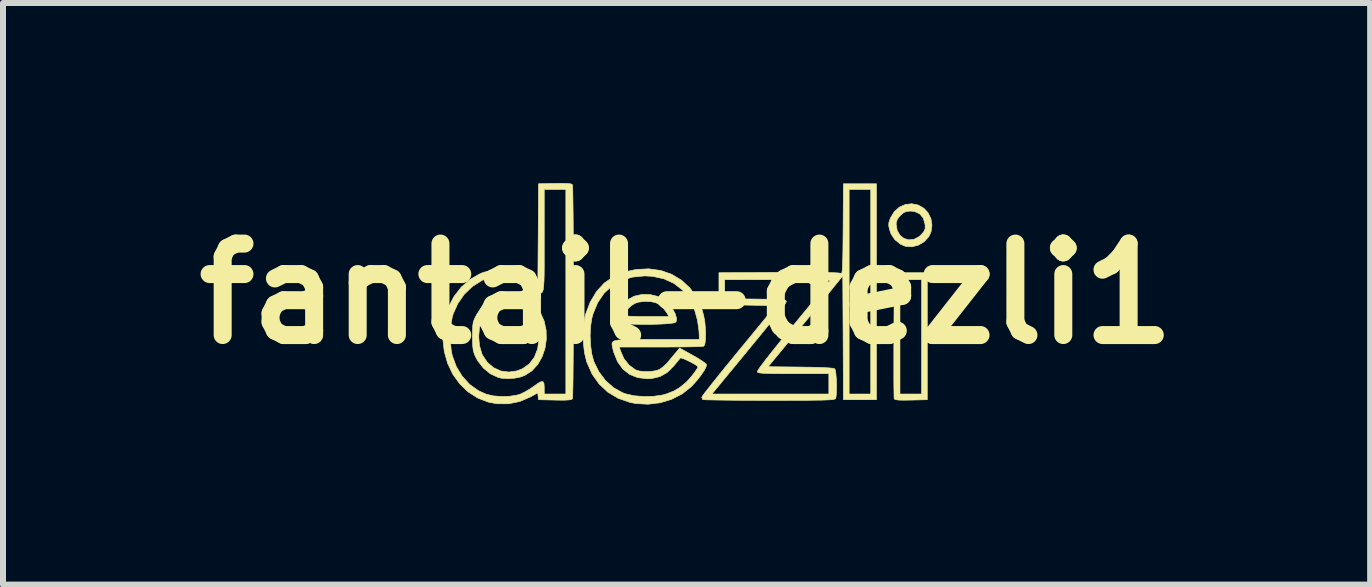
<source format=kicad_pcb>
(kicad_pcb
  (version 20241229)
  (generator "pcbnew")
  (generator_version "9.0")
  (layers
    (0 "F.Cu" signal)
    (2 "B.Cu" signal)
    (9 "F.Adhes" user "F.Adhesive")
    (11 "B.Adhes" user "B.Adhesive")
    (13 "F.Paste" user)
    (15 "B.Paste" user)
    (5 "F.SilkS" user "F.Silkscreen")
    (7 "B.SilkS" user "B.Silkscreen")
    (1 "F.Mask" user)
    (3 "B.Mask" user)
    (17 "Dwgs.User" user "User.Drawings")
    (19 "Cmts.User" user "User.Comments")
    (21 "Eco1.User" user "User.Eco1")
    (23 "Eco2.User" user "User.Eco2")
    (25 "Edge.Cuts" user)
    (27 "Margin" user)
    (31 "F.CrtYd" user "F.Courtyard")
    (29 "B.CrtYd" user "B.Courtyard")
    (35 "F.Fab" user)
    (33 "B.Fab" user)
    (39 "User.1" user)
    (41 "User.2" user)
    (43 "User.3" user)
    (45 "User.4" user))
  (footprint "fantail-dezli1"
    (layer "F.Cu")
    (at 8.389 1.843)
    (property "Reference" "fantail-dezli1" (at 0 0 0) (layer "F.SilkS") (effects (font (size 1.524 1.524) (thickness 0.3))))
    (attr through_hole)
    (fp_poly (pts (xy 4.011 1.767) (xy 3.741 1.773) (xy 3.622 1.775) (xy 3.539 1.773) (xy 3.488 1.767) (xy 3.464 1.757) (xy 3.46 1.752) (xy 3.458 1.726) (xy 3.457 1.662) (xy 3.455 1.564) (xy 3.454 1.436) (xy 3.454 1.283) (xy 3.454 1.108) (xy 3.454 0.916) (xy 3.455 0.711) (xy 3.455 0.688) (xy 3.46 -0.233) (xy 3.556 -0.233) (xy 3.556 1.672) (xy 3.916 1.672) (xy 3.916 -0.233) (xy 3.556 -0.233) (xy 3.46 -0.233) (xy 3.461 -0.349) (xy 4.011 -0.349) (xy 4.011 1.767)) (stroke (width 0.01) (type solid)) (fill yes) (layer "F.SilkS"))
    (fp_poly (pts (xy 3.857 -1.478) (xy 3.954 -1.423) (xy 4.023 -1.349) (xy 4.072 -1.25) (xy 4.089 -1.14) (xy 4.074 -1.031) (xy 4.037 -0.951) (xy 3.957 -0.864) (xy 3.86 -0.807) (xy 3.753 -0.781) (xy 3.647 -0.789) (xy 3.567 -0.823) (xy 3.47 -0.9) (xy 3.408 -0.994) (xy 3.384 -1.063) (xy 3.369 -1.13) (xy 3.37 -1.155) (xy 3.493 -1.155) (xy 3.51 -1.052) (xy 3.556 -0.973) (xy 3.623 -0.92) (xy 3.704 -0.897) (xy 3.791 -0.906) (xy 3.876 -0.951) (xy 3.913 -0.986) (xy 3.956 -1.037) (xy 3.975 -1.08) (xy 3.976 -1.134) (xy 3.973 -1.161) (xy 3.944 -1.26) (xy 3.885 -1.33) (xy 3.799 -1.369) (xy 3.733 -1.376) (xy 3.666 -1.37) (xy 3.615 -1.348) (xy 3.564 -1.304) (xy 3.515 -1.245) (xy 3.495 -1.189) (xy 3.493 -1.155) (xy 3.37 -1.155) (xy 3.371 -1.182) (xy 3.391 -1.243) (xy 3.398 -1.262) (xy 3.462 -1.367) (xy 3.547 -1.442) (xy 3.646 -1.486) (xy 3.752 -1.498) (xy 3.857 -1.478)) (stroke (width 0.01) (type solid)) (fill yes) (layer "F.SilkS"))
    (fp_poly (pts (xy -0.607 0.015) (xy -0.478 0.046) (xy -0.363 0.107) (xy -0.27 0.195) (xy -0.247 0.228) (xy -0.19 0.332) (xy -0.166 0.41) (xy -0.173 0.464) (xy -0.183 0.476) (xy -0.215 0.488) (xy -0.282 0.497) (xy -0.376 0.504) (xy -0.489 0.509) (xy -0.614 0.512) (xy -0.743 0.512) (xy -0.868 0.509) (xy -0.983 0.505) (xy -1.079 0.498) (xy -1.148 0.488) (xy -1.185 0.477) (xy -1.186 0.475) (xy -1.201 0.426) (xy -1.188 0.361) (xy -1.058 0.361) (xy -1.038 0.368) (xy -0.979 0.374) (xy -0.887 0.378) (xy -0.765 0.381) (xy -0.677 0.381) (xy -0.295 0.381) (xy -0.326 0.323) (xy -0.391 0.234) (xy -0.477 0.167) (xy -0.515 0.15) (xy -0.601 0.131) (xy -0.703 0.129) (xy -0.802 0.142) (xy -0.859 0.161) (xy -0.911 0.194) (xy -0.967 0.242) (xy -1.017 0.293) (xy -1.051 0.339) (xy -1.058 0.361) (xy -1.188 0.361) (xy -1.188 0.359) (xy -1.151 0.282) (xy -1.094 0.203) (xy -1.023 0.131) (xy -0.991 0.105) (xy -0.872 0.042) (xy -0.741 0.013) (xy -0.607 0.015)) (stroke (width 0.01) (type solid)) (fill yes) (layer "F.SilkS"))
    (fp_poly (pts (xy -2.794 0.034) (xy -2.654 0.091) (xy -2.533 0.187) (xy -2.526 0.194) (xy -2.434 0.318) (xy -2.372 0.458) (xy -2.34 0.608) (xy -2.336 0.761) (xy -2.358 0.911) (xy -2.407 1.053) (xy -2.479 1.179) (xy -2.575 1.284) (xy -2.693 1.361) (xy -2.765 1.388) (xy -2.865 1.408) (xy -2.977 1.416) (xy -3.08 1.409) (xy -3.133 1.398) (xy -3.266 1.337) (xy -3.385 1.24) (xy -3.481 1.116) (xy -3.518 1.048) (xy -3.54 0.992) (xy -3.555 0.937) (xy -3.563 0.869) (xy -3.566 0.777) (xy -3.567 0.713) (xy -3.463 0.713) (xy -3.45 0.865) (xy -3.41 1.001) (xy -3.4 1.023) (xy -3.32 1.144) (xy -3.216 1.233) (xy -3.095 1.288) (xy -2.963 1.306) (xy -2.826 1.287) (xy -2.731 1.249) (xy -2.619 1.169) (xy -2.536 1.06) (xy -2.482 0.923) (xy -2.458 0.763) (xy -2.458 0.68) (xy -2.482 0.517) (xy -2.535 0.378) (xy -2.614 0.267) (xy -2.719 0.187) (xy -2.845 0.141) (xy -2.906 0.132) (xy -3.055 0.138) (xy -3.186 0.183) (xy -3.297 0.263) (xy -3.384 0.377) (xy -3.409 0.428) (xy -3.45 0.563) (xy -3.463 0.713) (xy -3.567 0.713) (xy -3.567 0.709) (xy -3.566 0.605) (xy -3.562 0.532) (xy -3.554 0.477) (xy -3.537 0.428) (xy -3.511 0.375) (xy -3.494 0.343) (xy -3.401 0.205) (xy -3.289 0.106) (xy -3.157 0.043) (xy -3.003 0.016) (xy -2.953 0.014) (xy -2.794 0.034)) (stroke (width 0.01) (type solid)) (fill yes) (layer "F.SilkS"))
    (fp_poly (pts (xy -1.986 -1.836) (xy -1.932 -1.83) (xy -1.906 -1.82) (xy -1.902 -1.816) (xy -1.899 -1.79) (xy -1.896 -1.727) (xy -1.894 -1.628) (xy -1.892 -1.499) (xy -1.89 -1.342) (xy -1.888 -1.163) (xy -1.887 -0.963) (xy -1.886 -0.749) (xy -1.885 -0.522) (xy -1.885 -0.288) (xy -1.885 -0.05) (xy -1.885 0.189) (xy -1.885 0.424) (xy -1.886 0.652) (xy -1.887 0.869) (xy -1.888 1.07) (xy -1.89 1.253) (xy -1.891 1.413) (xy -1.893 1.547) (xy -1.896 1.65) (xy -1.898 1.72) (xy -1.901 1.751) (xy -1.902 1.752) (xy -1.921 1.764) (xy -1.965 1.771) (xy -2.04 1.775) (xy -2.149 1.774) (xy -2.192 1.773) (xy -2.466 1.767) (xy -2.473 1.71) (xy -2.479 1.652) (xy -2.594 1.717) (xy -2.776 1.796) (xy -2.967 1.835) (xy -3.161 1.834) (xy -3.3 1.808) (xy -3.481 1.738) (xy -3.642 1.635) (xy -3.78 1.501) (xy -3.894 1.343) (xy -3.98 1.163) (xy -4.036 0.967) (xy -4.06 0.759) (xy -4.056 0.653) (xy -3.935 0.653) (xy -3.934 0.802) (xy -3.921 0.94) (xy -3.905 1.026) (xy -3.837 1.213) (xy -3.738 1.376) (xy -3.613 1.513) (xy -3.465 1.618) (xy -3.338 1.675) (xy -3.22 1.703) (xy -3.083 1.714) (xy -2.944 1.709) (xy -2.82 1.689) (xy -2.772 1.674) (xy -2.695 1.638) (xy -2.608 1.587) (xy -2.55 1.547) (xy -2.472 1.491) (xy -2.42 1.465) (xy -2.389 1.469) (xy -2.374 1.503) (xy -2.371 1.566) (xy -2.371 1.672) (xy -2.011 1.672) (xy -2.011 -1.736) (xy -2.371 -1.736) (xy -2.371 -0.881) (xy -2.371 -0.657) (xy -2.371 -0.472) (xy -2.372 -0.324) (xy -2.375 -0.208) (xy -2.381 -0.123) (xy -2.389 -0.063) (xy -2.401 -0.028) (xy -2.417 -0.012) (xy -2.438 -0.014) (xy -2.465 -0.03) (xy -2.497 -0.057) (xy -2.534 -0.089) (xy -2.613 -0.149) (xy -2.703 -0.205) (xy -2.752 -0.231) (xy -2.816 -0.258) (xy -2.876 -0.275) (xy -2.946 -0.283) (xy -3.042 -0.286) (xy -3.069 -0.286) (xy -3.169 -0.284) (xy -3.242 -0.278) (xy -3.301 -0.265) (xy -3.364 -0.24) (xy -3.408 -0.22) (xy -3.565 -0.122) (xy -3.702 0.009) (xy -3.811 0.165) (xy -3.889 0.339) (xy -3.904 0.392) (xy -3.925 0.511) (xy -3.935 0.653) (xy -4.056 0.653) (xy -4.05 0.543) (xy -4.032 0.434) (xy -3.971 0.233) (xy -3.877 0.051) (xy -3.755 -0.107) (xy -3.608 -0.236) (xy -3.441 -0.332) (xy -3.387 -0.354) (xy -3.198 -0.404) (xy -3.015 -0.413) (xy -2.833 -0.381) (xy -2.651 -0.307) (xy -2.63 -0.296) (xy -2.477 -0.214) (xy -2.471 -1.022) (xy -2.466 -1.831) (xy -2.192 -1.837) (xy -2.071 -1.838) (xy -1.986 -1.836)) (stroke (width 0.01) (type solid)) (fill yes) (layer "F.SilkS"))
    (fp_poly (pts (xy 3.164 1.767) (xy 2.614 1.767) (xy 2.609 0.735) (xy 2.603 -0.297) (xy 2.436 -0.09) (xy 2.381 -0.022) (xy 2.303 0.073) (xy 2.208 0.188) (xy 2.101 0.319) (xy 1.986 0.459) (xy 1.868 0.601) (xy 1.814 0.667) (xy 1.359 1.217) (xy 1.9 1.223) (xy 2.094 1.226) (xy 2.249 1.23) (xy 2.364 1.236) (xy 2.437 1.243) (xy 2.469 1.252) (xy 2.481 1.281) (xy 2.489 1.342) (xy 2.496 1.423) (xy 2.499 1.514) (xy 2.499 1.603) (xy 2.495 1.681) (xy 2.488 1.735) (xy 2.485 1.745) (xy 2.479 1.752) (xy 2.464 1.758) (xy 2.437 1.764) (xy 2.395 1.768) (xy 2.334 1.771) (xy 2.251 1.774) (xy 2.143 1.775) (xy 2.007 1.777) (xy 1.838 1.777) (xy 1.633 1.778) (xy 1.39 1.778) (xy 1.377 1.778) (xy 1.166 1.778) (xy 0.967 1.777) (xy 0.786 1.776) (xy 0.625 1.774) (xy 0.489 1.772) (xy 0.382 1.77) (xy 0.309 1.768) (xy 0.272 1.765) (xy 0.268 1.764) (xy 0.255 1.732) (xy 0.254 1.724) (xy 0.267 1.703) (xy 0.29 1.672) (xy 0.423 1.672) (xy 2.371 1.672) (xy 2.371 1.333) (xy 1.78 1.333) (xy 1.603 1.333) (xy 1.464 1.332) (xy 1.358 1.33) (xy 1.281 1.327) (xy 1.229 1.322) (xy 1.197 1.316) (xy 1.182 1.308) (xy 1.178 1.303) (xy 1.189 1.279) (xy 1.225 1.224) (xy 1.288 1.14) (xy 1.374 1.029) (xy 1.484 0.891) (xy 1.615 0.728) (xy 1.767 0.542) (xy 1.779 0.528) (xy 1.905 0.375) (xy 2.022 0.233) (xy 2.127 0.104) (xy 2.219 -0.009) (xy 2.294 -0.101) (xy 2.349 -0.17) (xy 2.383 -0.212) (xy 2.392 -0.225) (xy 2.371 -0.226) (xy 2.313 -0.228) (xy 2.221 -0.229) (xy 2.1 -0.231) (xy 1.954 -0.232) (xy 1.788 -0.232) (xy 1.606 -0.233) (xy 1.513 -0.233) (xy 0.635 -0.233) (xy 0.635 0.084) (xy 1.148 0.09) (xy 1.309 0.092) (xy 1.433 0.094) (xy 1.524 0.097) (xy 1.587 0.101) (xy 1.628 0.106) (xy 1.651 0.113) (xy 1.66 0.123) (xy 1.662 0.131) (xy 1.658 0.143) (xy 1.648 0.163) (xy 1.628 0.193) (xy 1.596 0.235) (xy 1.552 0.293) (xy 1.494 0.367) (xy 1.419 0.46) (xy 1.325 0.575) (xy 1.212 0.714) (xy 1.077 0.878) (xy 0.919 1.071) (xy 0.735 1.294) (xy 0.733 1.296) (xy 0.423 1.672) (xy 0.29 1.672) (xy 0.304 1.652) (xy 0.364 1.576) (xy 0.442 1.477) (xy 0.536 1.36) (xy 0.644 1.226) (xy 0.763 1.08) (xy 0.87 0.95) (xy 1.485 0.201) (xy 1.013 0.191) (xy 0.54 0.18) (xy 0.54 -0.349) (xy 1.543 -0.355) (xy 1.8 -0.356) (xy 2.016 -0.356) (xy 2.194 -0.355) (xy 2.336 -0.353) (xy 2.443 -0.35) (xy 2.517 -0.346) (xy 2.561 -0.341) (xy 2.574 -0.337) (xy 2.582 -0.336) (xy 2.588 -0.35) (xy 2.594 -0.384) (xy 2.598 -0.439) (xy 2.601 -0.521) (xy 2.604 -0.632) (xy 2.606 -0.776) (xy 2.608 -0.958) (xy 2.609 -1.072) (xy 2.613 -1.736) (xy 2.709 -1.736) (xy 2.709 1.672) (xy 3.069 1.672) (xy 3.069 -1.736) (xy 2.709 -1.736) (xy 2.613 -1.736) (xy 2.614 -1.831) (xy 3.164 -1.831) (xy 3.164 1.767)) (stroke (width 0.01) (type solid)) (fill yes) (layer "F.SilkS"))
    (fp_poly (pts (xy -0.429 -0.386) (xy -0.246 -0.322) (xy -0.082 -0.223) (xy 0.058 -0.092) (xy 0.171 0.069) (xy 0.255 0.257) (xy 0.285 0.364) (xy 0.303 0.458) (xy 0.313 0.56) (xy 0.318 0.662) (xy 0.316 0.753) (xy 0.308 0.825) (xy 0.293 0.868) (xy 0.284 0.876) (xy 0.255 0.879) (xy 0.19 0.882) (xy 0.092 0.885) (xy -0.032 0.887) (xy -0.176 0.888) (xy -0.337 0.889) (xy -0.434 0.889) (xy -1.119 0.889) (xy -1.102 0.948) (xy -1.044 1.081) (xy -0.956 1.192) (xy -0.847 1.271) (xy -0.782 1.29) (xy -0.693 1.298) (xy -0.597 1.296) (xy -0.508 1.283) (xy -0.452 1.264) (xy -0.4 1.227) (xy -0.34 1.172) (xy -0.303 1.131) (xy -0.248 1.065) (xy -0.194 1) (xy -0.168 0.97) (xy -0.115 0.906) (xy 0.103 1.027) (xy 0.19 1.077) (xy 0.262 1.123) (xy 0.312 1.159) (xy 0.332 1.178) (xy 0.327 1.215) (xy 0.298 1.274) (xy 0.249 1.348) (xy 0.187 1.429) (xy 0.116 1.51) (xy 0.076 1.552) (xy -0.074 1.671) (xy -0.249 1.76) (xy -0.44 1.818) (xy -0.64 1.842) (xy -0.842 1.831) (xy -0.942 1.812) (xy -1.14 1.743) (xy -1.311 1.641) (xy -1.456 1.506) (xy -1.573 1.341) (xy -1.66 1.145) (xy -1.667 1.124) (xy -1.7 0.986) (xy -1.719 0.827) (xy -1.722 0.699) (xy -1.606 0.699) (xy -1.599 0.855) (xy -1.58 1) (xy -1.548 1.12) (xy -1.546 1.127) (xy -1.461 1.301) (xy -1.349 1.449) (xy -1.215 1.567) (xy -1.064 1.651) (xy -1.011 1.67) (xy -0.873 1.701) (xy -0.716 1.714) (xy -0.555 1.711) (xy -0.408 1.69) (xy -0.334 1.67) (xy -0.213 1.623) (xy -0.112 1.563) (xy -0.011 1.48) (xy -0.003 1.473) (xy 0.04 1.428) (xy 0.089 1.37) (xy 0.136 1.309) (xy 0.172 1.257) (xy 0.19 1.223) (xy 0.191 1.22) (xy 0.173 1.201) (xy 0.129 1.173) (xy 0.069 1.14) (xy 0.004 1.108) (xy -0.053 1.083) (xy -0.093 1.071) (xy -0.103 1.072) (xy -0.124 1.096) (xy -0.163 1.144) (xy -0.212 1.204) (xy -0.212 1.204) (xy -0.321 1.312) (xy -0.441 1.381) (xy -0.579 1.414) (xy -0.656 1.418) (xy -0.813 1.399) (xy -0.949 1.345) (xy -1.062 1.255) (xy -1.15 1.133) (xy -1.213 0.977) (xy -1.228 0.92) (xy -1.237 0.879) (xy -1.242 0.845) (xy -1.24 0.819) (xy -1.225 0.799) (xy -1.195 0.784) (xy -1.145 0.774) (xy -1.071 0.767) (xy -0.971 0.764) (xy -0.839 0.762) (xy -0.671 0.762) (xy -0.495 0.762) (xy 0.212 0.762) (xy 0.211 0.683) (xy 0.207 0.622) (xy 0.196 0.537) (xy 0.182 0.447) (xy 0.182 0.443) (xy 0.128 0.246) (xy 0.043 0.076) (xy -0.071 -0.064) (xy -0.212 -0.172) (xy -0.378 -0.248) (xy -0.567 -0.289) (xy -0.698 -0.296) (xy -0.9 -0.276) (xy -1.082 -0.221) (xy -1.24 -0.131) (xy -1.373 -0.008) (xy -1.479 0.147) (xy -1.556 0.331) (xy -1.579 0.415) (xy -1.599 0.548) (xy -1.606 0.699) (xy -1.722 0.699) (xy -1.723 0.66) (xy -1.713 0.501) (xy -1.689 0.364) (xy -1.685 0.35) (xy -1.605 0.141) (xy -1.501 -0.034) (xy -1.372 -0.176) (xy -1.216 -0.285) (xy -1.033 -0.361) (xy -0.842 -0.403) (xy -0.629 -0.414) (xy -0.429 -0.386)) (stroke (width 0.01) (type solid)) (fill yes) (layer "F.SilkS")))
  (gr_rect
    (start -3 -3)
    (end 19.779 6.691)
    (stroke (width 0.1) (type default))
    (fill no)
    (layer "Edge.Cuts")))
</source>
